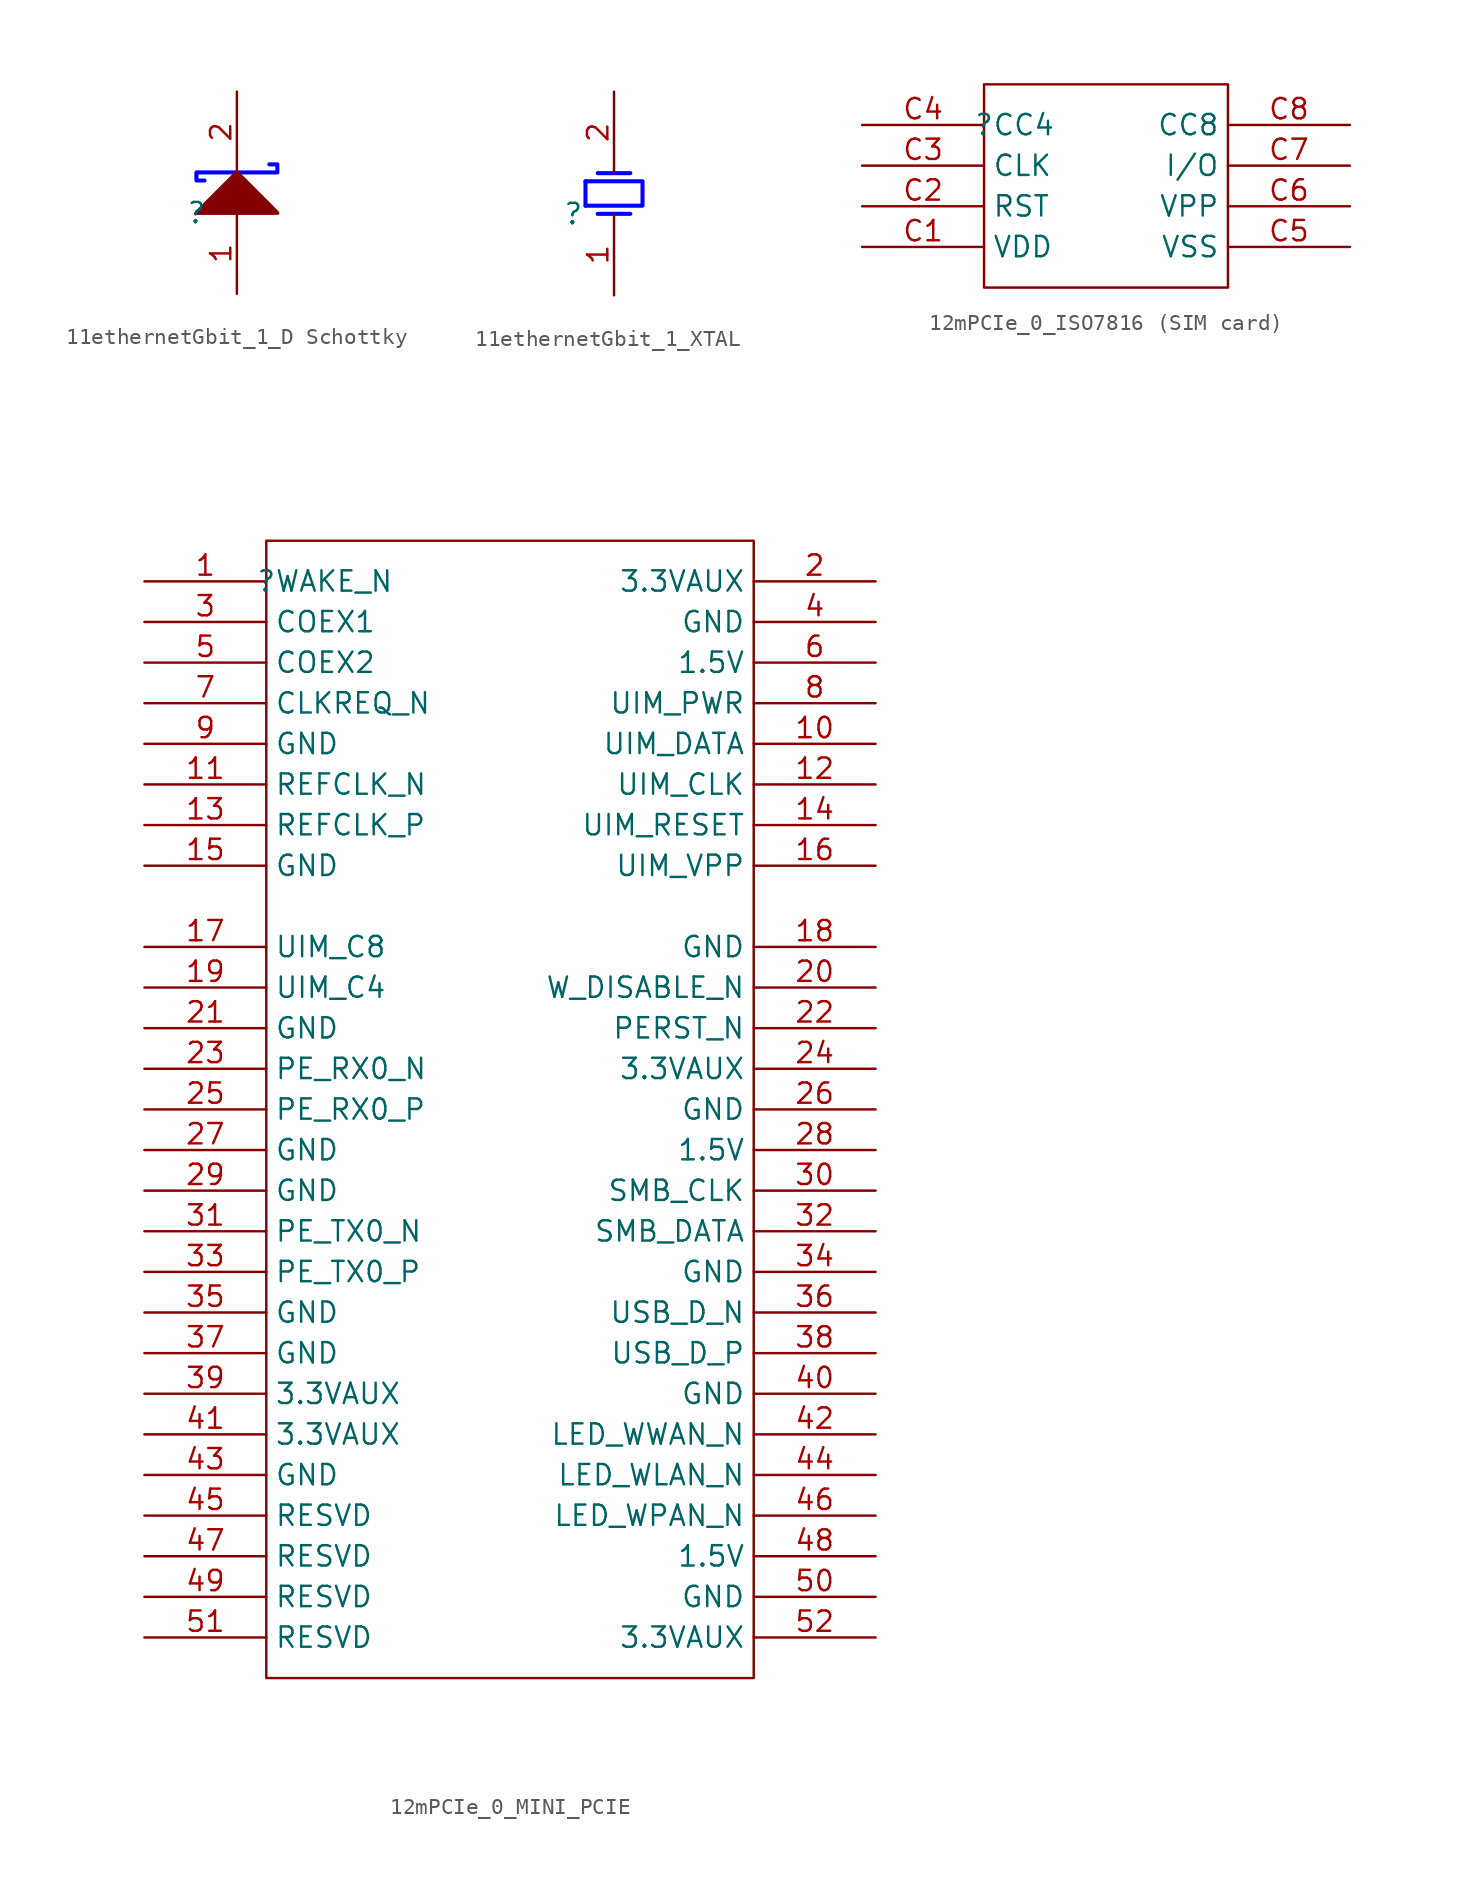
<source format=kicad_sym>
(kicad_symbol_lib
  (version 20220914)
  (generator kicad_symbol_editor)
  (symbol "11ethernetGbit_1_D Schottky"
    (property "Reference" ""
      (at 0 0 0)
      (effects (font (size 1.27 1.27))))
    (property "Value" ""
      (at 0 0 0)
      (effects (font (size 1.27 1.27))))
    (symbol "11ethernetGbit_1_D Schottky_1_0"
      (polyline (pts (xy 5.08 0) (xy 2.54 2.54) (xy 0 0) (xy 5.08 0)) (stroke (width 0.254) (type solid)) (fill (type outline)))
      (polyline (pts (xy 4.572 3.048) (xy 5.08 3.048) (xy 5.08 2.54) (xy 0 2.54) (xy 0 2.032) (xy 0.508 2.032)) (stroke (width 0.254) (type solid) (color 0 0 255 1)) (fill (type none)))
      (pin passive line (at 2.54 -5.08 90) (length 5.08) (name "A" (effects (font (size 0 0)))) (number "1" (effects (font (size 1.27 1.27)))))
      (pin passive line (at 2.54 7.62 270) (length 5.08) (name "K" (effects (font (size 0 0)))) (number "2" (effects (font (size 1.27 1.27)))))))
  (symbol "11ethernetGbit_1_XTAL"
    (property "Reference" ""
      (at 0 0 0)
      (effects (font (size 1.27 1.27))))
    (property "Value" ""
      (at 0 0 0)
      (effects (font (size 1.27 1.27))))
    (symbol "11ethernetGbit_1_XTAL_1_0"
      (polyline (pts (xy 0.762 0.508) (xy 0.762 2.032)) (stroke (width 0.254) (type solid) (color 0 0 255 1)) (fill (type none)))
      (polyline (pts (xy 1.524 0) (xy 3.556 0)) (stroke (width 0.254) (type solid) (color 0 0 255 1)) (fill (type none)))
      (polyline (pts (xy 1.524 2.54) (xy 3.556 2.54)) (stroke (width 0.254) (type solid) (color 0 0 255 1)) (fill (type none)))
      (polyline (pts (xy 0.762 2.032) (xy 4.318 2.032) (xy 4.318 0.508) (xy 0.762 0.508)) (stroke (width 0.254) (type solid) (color 0 0 255 1)) (fill (type none)))
      (pin passive line (at 2.54 -5.08 90) (length 5.08) (name "OSC1" (effects (font (size 0 0)))) (number "1" (effects (font (size 1.27 1.27)))))
      (pin passive line (at 2.54 7.62 270) (length 5.08) (name "OSC2" (effects (font (size 0 0)))) (number "2" (effects (font (size 1.27 1.27)))))))
  (symbol "12mPCIe_0_ISO7816 (SIM card)"
    (property "Reference" ""
      (at 0 0 0)
      (effects (font (size 1.27 1.27))))
    (property "Value" ""
      (at 0 0 0)
      (effects (font (size 1.27 1.27))))
    (symbol "12mPCIe_0_ISO7816 (SIM card)_1_0"
      (rectangle (start 15.24 2.54) (end 0 -10.16) (stroke (width 0) (type solid)) (fill (type none)))
      (pin power_in line (at -7.62 -7.62 0) (length 7.62) (name "VDD" (effects (font (size 1.27 1.27)))) (number "C1" (effects (font (size 1.27 1.27)))))
      (pin input line (at -7.62 -5.08 0) (length 7.62) (name "RST" (effects (font (size 1.27 1.27)))) (number "C2" (effects (font (size 1.27 1.27)))))
      (pin input line (at -7.62 -2.54 0) (length 7.62) (name "CLK" (effects (font (size 1.27 1.27)))) (number "C3" (effects (font (size 1.27 1.27)))))
      (pin input line (at -7.62 0 0) (length 7.62) (name "CC4" (effects (font (size 1.27 1.27)))) (number "C4" (effects (font (size 1.27 1.27)))))
      (pin power_in line (at 22.86 -7.62 180) (length 7.62) (name "VSS" (effects (font (size 1.27 1.27)))) (number "C5" (effects (font (size 1.27 1.27)))))
      (pin power_in line (at 22.86 -5.08 180) (length 7.62) (name "VPP" (effects (font (size 1.27 1.27)))) (number "C6" (effects (font (size 1.27 1.27)))))
      (pin bidirectional line (at 22.86 -2.54 180) (length 7.62) (name "I/O" (effects (font (size 1.27 1.27)))) (number "C7" (effects (font (size 1.27 1.27)))))
      (pin input line (at 22.86 0 180) (length 7.62) (name "CC8" (effects (font (size 1.27 1.27)))) (number "C8" (effects (font (size 1.27 1.27)))))))
  (symbol "12mPCIe_0_MINI_PCIE"
    (property "Reference" ""
      (at 0 0 0)
      (effects (font (size 1.27 1.27))))
    (property "Value" ""
      (at 0 0 0)
      (effects (font (size 1.27 1.27))))
    (symbol "12mPCIe_0_MINI_PCIE_1_0"
      (rectangle (start 30.48 2.54) (end 0 -68.58) (stroke (width 0) (type solid)) (fill (type none)))
      (pin input line (at -7.62 0 0) (length 7.62) (name "WAKE_N" (effects (font (size 1.27 1.27)))) (number "1" (effects (font (size 1.27 1.27)))))
      (pin passive line (at 38.1 -10.16 180) (length 7.62) (name "UIM_DATA" (effects (font (size 1.27 1.27)))) (number "10" (effects (font (size 1.27 1.27)))))
      (pin input line (at -7.62 -12.7 0) (length 7.62) (name "REFCLK_N" (effects (font (size 1.27 1.27)))) (number "11" (effects (font (size 1.27 1.27)))))
      (pin passive line (at 38.1 -12.7 180) (length 7.62) (name "UIM_CLK" (effects (font (size 1.27 1.27)))) (number "12" (effects (font (size 1.27 1.27)))))
      (pin input line (at -7.62 -15.24 0) (length 7.62) (name "REFCLK_P" (effects (font (size 1.27 1.27)))) (number "13" (effects (font (size 1.27 1.27)))))
      (pin passive line (at 38.1 -15.24 180) (length 7.62) (name "UIM_RESET" (effects (font (size 1.27 1.27)))) (number "14" (effects (font (size 1.27 1.27)))))
      (pin power_in line (at -7.62 -17.78 0) (length 7.62) (name "GND" (effects (font (size 1.27 1.27)))) (number "15" (effects (font (size 1.27 1.27)))))
      (pin passive line (at 38.1 -17.78 180) (length 7.62) (name "UIM_VPP" (effects (font (size 1.27 1.27)))) (number "16" (effects (font (size 1.27 1.27)))))
      (pin passive line (at -7.62 -22.86 0) (length 7.62) (name "UIM_C8" (effects (font (size 1.27 1.27)))) (number "17" (effects (font (size 1.27 1.27)))))
      (pin power_in line (at 38.1 -22.86 180) (length 7.62) (name "GND" (effects (font (size 1.27 1.27)))) (number "18" (effects (font (size 1.27 1.27)))))
      (pin passive line (at -7.62 -25.4 0) (length 7.62) (name "UIM_C4" (effects (font (size 1.27 1.27)))) (number "19" (effects (font (size 1.27 1.27)))))
      (pin power_in line (at 38.1 0 180) (length 7.62) (name "3.3VAUX" (effects (font (size 1.27 1.27)))) (number "2" (effects (font (size 1.27 1.27)))))
      (pin input line (at 38.1 -25.4 180) (length 7.62) (name "W_DISABLE_N" (effects (font (size 1.27 1.27)))) (number "20" (effects (font (size 1.27 1.27)))))
      (pin power_in line (at -7.62 -27.94 0) (length 7.62) (name "GND" (effects (font (size 1.27 1.27)))) (number "21" (effects (font (size 1.27 1.27)))))
      (pin input line (at 38.1 -27.94 180) (length 7.62) (name "PERST_N" (effects (font (size 1.27 1.27)))) (number "22" (effects (font (size 1.27 1.27)))))
      (pin passive line (at -7.62 -30.48 0) (length 7.62) (name "PE_RX0_N" (effects (font (size 1.27 1.27)))) (number "23" (effects (font (size 1.27 1.27)))))
      (pin power_in line (at 38.1 -30.48 180) (length 7.62) (name "3.3VAUX" (effects (font (size 1.27 1.27)))) (number "24" (effects (font (size 1.27 1.27)))))
      (pin passive line (at -7.62 -33.02 0) (length 7.62) (name "PE_RX0_P" (effects (font (size 1.27 1.27)))) (number "25" (effects (font (size 1.27 1.27)))))
      (pin power_in line (at 38.1 -33.02 180) (length 7.62) (name "GND" (effects (font (size 1.27 1.27)))) (number "26" (effects (font (size 1.27 1.27)))))
      (pin power_in line (at -7.62 -35.56 0) (length 7.62) (name "GND" (effects (font (size 1.27 1.27)))) (number "27" (effects (font (size 1.27 1.27)))))
      (pin power_in line (at 38.1 -35.56 180) (length 7.62) (name "1.5V" (effects (font (size 1.27 1.27)))) (number "28" (effects (font (size 1.27 1.27)))))
      (pin power_in line (at -7.62 -38.1 0) (length 7.62) (name "GND" (effects (font (size 1.27 1.27)))) (number "29" (effects (font (size 1.27 1.27)))))
      (pin passive line (at -7.62 -2.54 0) (length 7.62) (name "COEX1" (effects (font (size 1.27 1.27)))) (number "3" (effects (font (size 1.27 1.27)))))
      (pin input line (at 38.1 -38.1 180) (length 7.62) (name "SMB_CLK" (effects (font (size 1.27 1.27)))) (number "30" (effects (font (size 1.27 1.27)))))
      (pin passive line (at -7.62 -40.64 0) (length 7.62) (name "PE_TX0_N" (effects (font (size 1.27 1.27)))) (number "31" (effects (font (size 1.27 1.27)))))
      (pin input line (at 38.1 -40.64 180) (length 7.62) (name "SMB_DATA" (effects (font (size 1.27 1.27)))) (number "32" (effects (font (size 1.27 1.27)))))
      (pin passive line (at -7.62 -43.18 0) (length 7.62) (name "PE_TX0_P" (effects (font (size 1.27 1.27)))) (number "33" (effects (font (size 1.27 1.27)))))
      (pin power_in line (at 38.1 -43.18 180) (length 7.62) (name "GND" (effects (font (size 1.27 1.27)))) (number "34" (effects (font (size 1.27 1.27)))))
      (pin power_in line (at -7.62 -45.72 0) (length 7.62) (name "GND" (effects (font (size 1.27 1.27)))) (number "35" (effects (font (size 1.27 1.27)))))
      (pin passive line (at 38.1 -45.72 180) (length 7.62) (name "USB_D_N" (effects (font (size 1.27 1.27)))) (number "36" (effects (font (size 1.27 1.27)))))
      (pin power_in line (at -7.62 -48.26 0) (length 7.62) (name "GND" (effects (font (size 1.27 1.27)))) (number "37" (effects (font (size 1.27 1.27)))))
      (pin passive line (at 38.1 -48.26 180) (length 7.62) (name "USB_D_P" (effects (font (size 1.27 1.27)))) (number "38" (effects (font (size 1.27 1.27)))))
      (pin power_in line (at -7.62 -50.8 0) (length 7.62) (name "3.3VAUX" (effects (font (size 1.27 1.27)))) (number "39" (effects (font (size 1.27 1.27)))))
      (pin power_in line (at 38.1 -2.54 180) (length 7.62) (name "GND" (effects (font (size 1.27 1.27)))) (number "4" (effects (font (size 1.27 1.27)))))
      (pin power_in line (at 38.1 -50.8 180) (length 7.62) (name "GND" (effects (font (size 1.27 1.27)))) (number "40" (effects (font (size 1.27 1.27)))))
      (pin power_in line (at -7.62 -53.34 0) (length 7.62) (name "3.3VAUX" (effects (font (size 1.27 1.27)))) (number "41" (effects (font (size 1.27 1.27)))))
      (pin passive line (at 38.1 -53.34 180) (length 7.62) (name "LED_WWAN_N" (effects (font (size 1.27 1.27)))) (number "42" (effects (font (size 1.27 1.27)))))
      (pin power_in line (at -7.62 -55.88 0) (length 7.62) (name "GND" (effects (font (size 1.27 1.27)))) (number "43" (effects (font (size 1.27 1.27)))))
      (pin passive line (at 38.1 -55.88 180) (length 7.62) (name "LED_WLAN_N" (effects (font (size 1.27 1.27)))) (number "44" (effects (font (size 1.27 1.27)))))
      (pin passive line (at -7.62 -58.42 0) (length 7.62) (name "RESVD" (effects (font (size 1.27 1.27)))) (number "45" (effects (font (size 1.27 1.27)))))
      (pin passive line (at 38.1 -58.42 180) (length 7.62) (name "LED_WPAN_N" (effects (font (size 1.27 1.27)))) (number "46" (effects (font (size 1.27 1.27)))))
      (pin passive line (at -7.62 -60.96 0) (length 7.62) (name "RESVD" (effects (font (size 1.27 1.27)))) (number "47" (effects (font (size 1.27 1.27)))))
      (pin power_in line (at 38.1 -60.96 180) (length 7.62) (name "1.5V" (effects (font (size 1.27 1.27)))) (number "48" (effects (font (size 1.27 1.27)))))
      (pin passive line (at -7.62 -63.5 0) (length 7.62) (name "RESVD" (effects (font (size 1.27 1.27)))) (number "49" (effects (font (size 1.27 1.27)))))
      (pin passive line (at -7.62 -5.08 0) (length 7.62) (name "COEX2" (effects (font (size 1.27 1.27)))) (number "5" (effects (font (size 1.27 1.27)))))
      (pin power_in line (at 38.1 -63.5 180) (length 7.62) (name "GND" (effects (font (size 1.27 1.27)))) (number "50" (effects (font (size 1.27 1.27)))))
      (pin passive line (at -7.62 -66.04 0) (length 7.62) (name "RESVD" (effects (font (size 1.27 1.27)))) (number "51" (effects (font (size 1.27 1.27)))))
      (pin power_in line (at 38.1 -66.04 180) (length 7.62) (name "3.3VAUX" (effects (font (size 1.27 1.27)))) (number "52" (effects (font (size 1.27 1.27)))))
      (pin power_in line (at 38.1 -5.08 180) (length 7.62) (name "1.5V" (effects (font (size 1.27 1.27)))) (number "6" (effects (font (size 1.27 1.27)))))
      (pin passive line (at -7.62 -7.62 0) (length 7.62) (name "CLKREQ_N" (effects (font (size 1.27 1.27)))) (number "7" (effects (font (size 1.27 1.27)))))
      (pin passive line (at 38.1 -7.62 180) (length 7.62) (name "UIM_PWR" (effects (font (size 1.27 1.27)))) (number "8" (effects (font (size 1.27 1.27)))))
      (pin power_in line (at -7.62 -10.16 0) (length 7.62) (name "GND" (effects (font (size 1.27 1.27)))) (number "9" (effects (font (size 1.27 1.27))))))))
</source>
